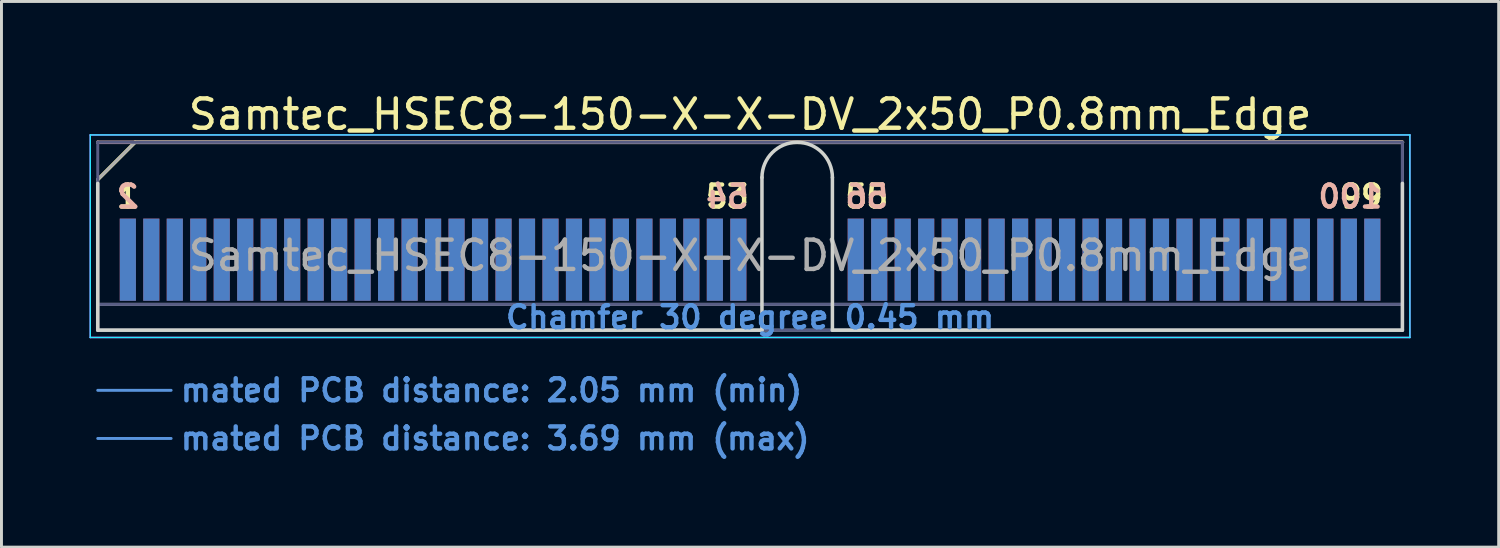
<source format=kicad_pcb>
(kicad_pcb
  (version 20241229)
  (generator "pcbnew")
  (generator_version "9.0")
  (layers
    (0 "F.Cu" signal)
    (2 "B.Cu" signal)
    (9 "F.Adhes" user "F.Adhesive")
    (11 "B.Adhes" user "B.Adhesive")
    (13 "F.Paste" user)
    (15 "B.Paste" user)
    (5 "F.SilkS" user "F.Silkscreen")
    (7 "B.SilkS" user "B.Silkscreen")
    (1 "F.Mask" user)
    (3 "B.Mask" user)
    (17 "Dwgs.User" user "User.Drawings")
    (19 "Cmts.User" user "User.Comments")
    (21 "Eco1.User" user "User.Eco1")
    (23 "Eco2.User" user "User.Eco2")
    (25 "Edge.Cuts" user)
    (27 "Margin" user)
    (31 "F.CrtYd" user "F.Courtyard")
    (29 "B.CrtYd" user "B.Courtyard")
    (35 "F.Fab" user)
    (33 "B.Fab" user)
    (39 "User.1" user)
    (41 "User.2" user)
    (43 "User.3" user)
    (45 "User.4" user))
  (footprint "Samtec_HSEC8-150-X-X-DV_2x50_P0.8mm_Edge"
    (layer "F.Cu")
    (at 22.505 8.198)
    (property "Reference" "Samtec_HSEC8-150-X-X-DV_2x50_P0.8mm_Edge" (at 0 -7.35 0) (layer "F.SilkS") (effects (font (size 1 1) (thickness 0.15))))
    (attr exclude_from_pos_files exclude_from_bom)
    (fp_line (start -22.225 -5.13) (end -20.955 -6.4) (stroke (width 0.12) (type solid)) (layer "F.SilkS"))
    (fp_line (start -20.955 -6.4) (end 22.225 -6.4) (stroke (width 0.12) (type solid)) (layer "F.SilkS"))
    (fp_line (start -22.225 -6.4) (end -22.225 -6.4) (stroke (width 0.12) (type solid)) (layer "B.SilkS"))
    (fp_line (start -22.225 -6.4) (end 22.225 -6.4) (stroke (width 0.12) (type solid)) (layer "B.SilkS"))
    (fp_line (start -22.225 2.05) (end -19.725 2.05) (stroke (width 0.1) (type solid)) (layer "Cmts.User"))
    (fp_line (start -22.225 3.69) (end -19.725 3.69) (stroke (width 0.1) (type solid)) (layer "Cmts.User"))
    (fp_line (start -22.225 -5) (end -22.225 0) (stroke (width 0.12) (type solid)) (layer "Edge.Cuts"))
    (fp_line (start -22.225 0) (end 0.405 0) (stroke (width 0.12) (type solid)) (layer "Edge.Cuts"))
    (fp_line (start 0.405 0) (end 0.405 -5.2) (stroke (width 0.12) (type solid)) (layer "Edge.Cuts"))
    (fp_line (start 2.805 -5.2) (end 2.805 0) (stroke (width 0.12) (type solid)) (layer "Edge.Cuts"))
    (fp_line (start 2.805 0) (end 22.225 0) (stroke (width 0.12) (type solid)) (layer "Edge.Cuts"))
    (fp_line (start 22.225 0) (end 22.225 -5) (stroke (width 0.12) (type solid)) (layer "Edge.Cuts"))
    (fp_arc (start 0.405 -5.2) (mid 1.605 -6.4) (end 2.805 -5.2) (stroke (width 0.12) (type solid)) (layer "Edge.Cuts"))
    (fp_line (start -22.48 -6.65) (end -22.48 0.25) (stroke (width 0.05) (type solid)) (layer "B.CrtYd"))
    (fp_line (start -22.48 0.25) (end 22.48 0.25) (stroke (width 0.05) (type solid)) (layer "B.CrtYd"))
    (fp_line (start 22.48 -6.65) (end -22.48 -6.65) (stroke (width 0.05) (type solid)) (layer "B.CrtYd"))
    (fp_line (start 22.48 0.25) (end 22.48 -6.65) (stroke (width 0.05) (type solid)) (layer "B.CrtYd"))
    (fp_line (start -22.48 -6.65) (end -22.48 0.25) (stroke (width 0.05) (type solid)) (layer "F.CrtYd"))
    (fp_line (start -22.48 0.25) (end 22.48 0.25) (stroke (width 0.05) (type solid)) (layer "F.CrtYd"))
    (fp_line (start 22.48 -6.65) (end -22.48 -6.65) (stroke (width 0.05) (type solid)) (layer "F.CrtYd"))
    (fp_line (start 22.48 0.25) (end 22.48 -6.65) (stroke (width 0.05) (type solid)) (layer "F.CrtYd"))
    (fp_line (start -22.225 -6.4) (end -22.225 -6.4) (stroke (width 0.1) (type solid)) (layer "B.Fab"))
    (fp_line (start -22.225 -6.4) (end -22.225 0) (stroke (width 0.1) (type solid)) (layer "B.Fab"))
    (fp_line (start -22.225 -6.4) (end 22.225 -6.4) (stroke (width 0.1) (type solid)) (layer "B.Fab"))
    (fp_line (start -22.225 -0.88) (end 22.225 -0.88) (stroke (width 0.1) (type solid)) (layer "B.Fab"))
    (fp_line (start -22.225 0) (end 22.225 0) (stroke (width 0.1) (type solid)) (layer "B.Fab"))
    (fp_line (start 22.225 -6.4) (end 22.225 0) (stroke (width 0.1) (type solid)) (layer "B.Fab"))
    (fp_line (start -22.225 -5.13) (end -22.225 0) (stroke (width 0.1) (type solid)) (layer "F.Fab"))
    (fp_line (start -22.225 -5.13) (end -20.955 -6.4) (stroke (width 0.1) (type solid)) (layer "F.Fab"))
    (fp_line (start -22.225 -0.88) (end 22.225 -0.88) (stroke (width 0.1) (type solid)) (layer "F.Fab"))
    (fp_line (start -22.225 0) (end 22.225 0) (stroke (width 0.1) (type solid)) (layer "F.Fab"))
    (fp_line (start -20.955 -6.4) (end 22.225 -6.4) (stroke (width 0.1) (type solid)) (layer "F.Fab"))
    (fp_line (start 22.225 -6.4) (end 22.225 0) (stroke (width 0.1) (type solid)) (layer "F.Fab"))
    (fp_text user "1" (at -21.2 -4.55 0) (layer "F.SilkS") (effects (font (size 0.75 0.75) (thickness 0.15))))
    (fp_text user "99" (at 20.825 -4.55 0) (layer "F.SilkS") (effects (font (size 0.75 0.75) (thickness 0.15))))
    (fp_text user "53" (at -0.775 -4.55 0) (layer "F.SilkS") (effects (font (size 0.75 0.75) (thickness 0.15))))
    (fp_text user "55" (at 3.975 -4.55 0) (layer "F.SilkS") (effects (font (size 0.75 0.75) (thickness 0.15))))
    (fp_text user "56" (at 3.975 -4.55 0) (layer "B.SilkS") (effects (font (size 0.75 0.75) (thickness 0.15)) (justify mirror)))
    (fp_text user "54" (at -0.775 -4.55 0) (layer "B.SilkS") (effects (font (size 0.75 0.75) (thickness 0.15)) (justify mirror)))
    (fp_text user "100" (at 20.45 -4.55 0) (layer "B.SilkS") (effects (font (size 0.75 0.75) (thickness 0.15)) (justify mirror)))
    (fp_text user "2" (at -21.2 -4.55 0) (layer "B.SilkS") (effects (font (size 0.75 0.75) (thickness 0.15)) (justify mirror)))
    (fp_text user "Chamfer 30 degree 0.45 mm" (at 0 -0.44 0) (layer "Cmts.User") (effects (font (size 0.75 0.75) (thickness 0.15))))
    (fp_text user "mated PCB distance: 3.69 mm (max)" (at -19.48 3.69 0) (layer "Cmts.User") (effects (font (size 0.75 0.75) (thickness 0.15)) (justify left)))
    (fp_text user "mated PCB distance: 2.05 mm (min)" (at -19.48 2.05 0) (layer "Cmts.User") (effects (font (size 0.75 0.75) (thickness 0.15)) (justify left)))
    (fp_text user "${REFERENCE}" (at 0 -2.54 0) (layer "F.Fab") (effects (font (size 1 1) (thickness 0.15))))
    (pad "1" connect rect (at -21.2 -2.4) (size 0.55 2.8) (layers "F.Cu" "F.Mask"))
    (pad "2" connect rect (at -21.2 -2.4) (size 0.55 2.8) (layers "B.Cu" "B.Mask"))
    (pad "3" connect rect (at -20.4 -2.4) (size 0.55 2.8) (layers "F.Cu" "F.Mask"))
    (pad "4" connect rect (at -20.4 -2.4) (size 0.55 2.8) (layers "B.Cu" "B.Mask"))
    (pad "5" connect rect (at -19.6 -2.4) (size 0.55 2.8) (layers "F.Cu" "F.Mask"))
    (pad "6" connect rect (at -19.6 -2.4) (size 0.55 2.8) (layers "B.Cu" "B.Mask"))
    (pad "7" connect rect (at -18.8 -2.4) (size 0.55 2.8) (layers "F.Cu" "F.Mask"))
    (pad "8" connect rect (at -18.8 -2.4) (size 0.55 2.8) (layers "B.Cu" "B.Mask"))
    (pad "9" connect rect (at -18 -2.4) (size 0.55 2.8) (layers "F.Cu" "F.Mask"))
    (pad "10" connect rect (at -18 -2.4) (size 0.55 2.8) (layers "B.Cu" "B.Mask"))
    (pad "11" connect rect (at -17.2 -2.4) (size 0.55 2.8) (layers "F.Cu" "F.Mask"))
    (pad "12" connect rect (at -17.2 -2.4) (size 0.55 2.8) (layers "B.Cu" "B.Mask"))
    (pad "13" connect rect (at -16.4 -2.4) (size 0.55 2.8) (layers "F.Cu" "F.Mask"))
    (pad "14" connect rect (at -16.4 -2.4) (size 0.55 2.8) (layers "B.Cu" "B.Mask"))
    (pad "15" connect rect (at -15.6 -2.4) (size 0.55 2.8) (layers "F.Cu" "F.Mask"))
    (pad "16" connect rect (at -15.6 -2.4) (size 0.55 2.8) (layers "B.Cu" "B.Mask"))
    (pad "17" connect rect (at -14.8 -2.4) (size 0.55 2.8) (layers "F.Cu" "F.Mask"))
    (pad "18" connect rect (at -14.8 -2.4) (size 0.55 2.8) (layers "B.Cu" "B.Mask"))
    (pad "19" connect rect (at -14 -2.4) (size 0.55 2.8) (layers "F.Cu" "F.Mask"))
    (pad "20" connect rect (at -14 -2.4) (size 0.55 2.8) (layers "B.Cu" "B.Mask"))
    (pad "21" connect rect (at -13.2 -2.4) (size 0.55 2.8) (layers "F.Cu" "F.Mask"))
    (pad "22" connect rect (at -13.2 -2.4) (size 0.55 2.8) (layers "B.Cu" "B.Mask"))
    (pad "23" connect rect (at -12.4 -2.4) (size 0.55 2.8) (layers "F.Cu" "F.Mask"))
    (pad "24" connect rect (at -12.4 -2.4) (size 0.55 2.8) (layers "B.Cu" "B.Mask"))
    (pad "25" connect rect (at -11.6 -2.4) (size 0.55 2.8) (layers "F.Cu" "F.Mask"))
    (pad "26" connect rect (at -11.6 -2.4) (size 0.55 2.8) (layers "B.Cu" "B.Mask"))
    (pad "27" connect rect (at -10.8 -2.4) (size 0.55 2.8) (layers "F.Cu" "F.Mask"))
    (pad "28" connect rect (at -10.8 -2.4) (size 0.55 2.8) (layers "B.Cu" "B.Mask"))
    (pad "29" connect rect (at -10 -2.4) (size 0.55 2.8) (layers "F.Cu" "F.Mask"))
    (pad "30" connect rect (at -10 -2.4) (size 0.55 2.8) (layers "B.Cu" "B.Mask"))
    (pad "31" connect rect (at -9.2 -2.4) (size 0.55 2.8) (layers "F.Cu" "F.Mask"))
    (pad "32" connect rect (at -9.2 -2.4) (size 0.55 2.8) (layers "B.Cu" "B.Mask"))
    (pad "33" connect rect (at -8.4 -2.4) (size 0.55 2.8) (layers "F.Cu" "F.Mask"))
    (pad "34" connect rect (at -8.4 -2.4) (size 0.55 2.8) (layers "B.Cu" "B.Mask"))
    (pad "35" connect rect (at -7.6 -2.4) (size 0.55 2.8) (layers "F.Cu" "F.Mask"))
    (pad "36" connect rect (at -7.6 -2.4) (size 0.55 2.8) (layers "B.Cu" "B.Mask"))
    (pad "37" connect rect (at -6.8 -2.4) (size 0.55 2.8) (layers "F.Cu" "F.Mask"))
    (pad "38" connect rect (at -6.8 -2.4) (size 0.55 2.8) (layers "B.Cu" "B.Mask"))
    (pad "39" connect rect (at -6 -2.4) (size 0.55 2.8) (layers "F.Cu" "F.Mask"))
    (pad "40" connect rect (at -6 -2.4) (size 0.55 2.8) (layers "B.Cu" "B.Mask"))
    (pad "41" connect rect (at -5.2 -2.4) (size 0.55 2.8) (layers "F.Cu" "F.Mask"))
    (pad "42" connect rect (at -5.2 -2.4) (size 0.55 2.8) (layers "B.Cu" "B.Mask"))
    (pad "43" connect rect (at -4.4 -2.4) (size 0.55 2.8) (layers "F.Cu" "F.Mask"))
    (pad "44" connect rect (at -4.4 -2.4) (size 0.55 2.8) (layers "B.Cu" "B.Mask"))
    (pad "45" connect rect (at -3.6 -2.4) (size 0.55 2.8) (layers "F.Cu" "F.Mask"))
    (pad "46" connect rect (at -3.6 -2.4) (size 0.55 2.8) (layers "B.Cu" "B.Mask"))
    (pad "47" connect rect (at -2.8 -2.4) (size 0.55 2.8) (layers "F.Cu" "F.Mask"))
    (pad "48" connect rect (at -2.8 -2.4) (size 0.55 2.8) (layers "B.Cu" "B.Mask"))
    (pad "49" connect rect (at -2 -2.4) (size 0.55 2.8) (layers "F.Cu" "F.Mask"))
    (pad "50" connect rect (at -2 -2.4) (size 0.55 2.8) (layers "B.Cu" "B.Mask"))
    (pad "51" connect rect (at -1.2 -2.4) (size 0.55 2.8) (layers "F.Cu" "F.Mask"))
    (pad "52" connect rect (at -1.2 -2.4) (size 0.55 2.8) (layers "B.Cu" "B.Mask"))
    (pad "53" connect rect (at -0.4 -2.4) (size 0.55 2.8) (layers "F.Cu" "F.Mask"))
    (pad "54" connect rect (at -0.4 -2.4) (size 0.55 2.8) (layers "B.Cu" "B.Mask"))
    (pad "55" connect rect (at 3.6 -2.4) (size 0.55 2.8) (layers "F.Cu" "F.Mask"))
    (pad "56" connect rect (at 3.6 -2.4) (size 0.55 2.8) (layers "B.Cu" "B.Mask"))
    (pad "57" connect rect (at 4.4 -2.4) (size 0.55 2.8) (layers "F.Cu" "F.Mask"))
    (pad "58" connect rect (at 4.4 -2.4) (size 0.55 2.8) (layers "B.Cu" "B.Mask"))
    (pad "59" connect rect (at 5.2 -2.4) (size 0.55 2.8) (layers "F.Cu" "F.Mask"))
    (pad "60" connect rect (at 5.2 -2.4) (size 0.55 2.8) (layers "B.Cu" "B.Mask"))
    (pad "61" connect rect (at 6 -2.4) (size 0.55 2.8) (layers "F.Cu" "F.Mask"))
    (pad "62" connect rect (at 6 -2.4) (size 0.55 2.8) (layers "B.Cu" "B.Mask"))
    (pad "63" connect rect (at 6.8 -2.4) (size 0.55 2.8) (layers "F.Cu" "F.Mask"))
    (pad "64" connect rect (at 6.8 -2.4) (size 0.55 2.8) (layers "B.Cu" "B.Mask"))
    (pad "65" connect rect (at 7.6 -2.4) (size 0.55 2.8) (layers "F.Cu" "F.Mask"))
    (pad "66" connect rect (at 7.6 -2.4) (size 0.55 2.8) (layers "B.Cu" "B.Mask"))
    (pad "67" connect rect (at 8.4 -2.4) (size 0.55 2.8) (layers "F.Cu" "F.Mask"))
    (pad "68" connect rect (at 8.4 -2.4) (size 0.55 2.8) (layers "B.Cu" "B.Mask"))
    (pad "69" connect rect (at 9.2 -2.4) (size 0.55 2.8) (layers "F.Cu" "F.Mask"))
    (pad "70" connect rect (at 9.2 -2.4) (size 0.55 2.8) (layers "B.Cu" "B.Mask"))
    (pad "71" connect rect (at 10 -2.4) (size 0.55 2.8) (layers "F.Cu" "F.Mask"))
    (pad "72" connect rect (at 10 -2.4) (size 0.55 2.8) (layers "B.Cu" "B.Mask"))
    (pad "73" connect rect (at 10.8 -2.4) (size 0.55 2.8) (layers "F.Cu" "F.Mask"))
    (pad "74" connect rect (at 10.8 -2.4) (size 0.55 2.8) (layers "B.Cu" "B.Mask"))
    (pad "75" connect rect (at 11.6 -2.4) (size 0.55 2.8) (layers "F.Cu" "F.Mask"))
    (pad "76" connect rect (at 11.6 -2.4) (size 0.55 2.8) (layers "B.Cu" "B.Mask"))
    (pad "77" connect rect (at 12.4 -2.4) (size 0.55 2.8) (layers "F.Cu" "F.Mask"))
    (pad "78" connect rect (at 12.4 -2.4) (size 0.55 2.8) (layers "B.Cu" "B.Mask"))
    (pad "79" connect rect (at 13.2 -2.4) (size 0.55 2.8) (layers "F.Cu" "F.Mask"))
    (pad "80" connect rect (at 13.2 -2.4) (size 0.55 2.8) (layers "B.Cu" "B.Mask"))
    (pad "81" connect rect (at 14 -2.4) (size 0.55 2.8) (layers "F.Cu" "F.Mask"))
    (pad "82" connect rect (at 14 -2.4) (size 0.55 2.8) (layers "B.Cu" "B.Mask"))
    (pad "83" connect rect (at 14.8 -2.4) (size 0.55 2.8) (layers "F.Cu" "F.Mask"))
    (pad "84" connect rect (at 14.8 -2.4) (size 0.55 2.8) (layers "B.Cu" "B.Mask"))
    (pad "85" connect rect (at 15.6 -2.4) (size 0.55 2.8) (layers "F.Cu" "F.Mask"))
    (pad "86" connect rect (at 15.6 -2.4) (size 0.55 2.8) (layers "B.Cu" "B.Mask"))
    (pad "87" connect rect (at 16.4 -2.4) (size 0.55 2.8) (layers "F.Cu" "F.Mask"))
    (pad "88" connect rect (at 16.4 -2.4) (size 0.55 2.8) (layers "B.Cu" "B.Mask"))
    (pad "89" connect rect (at 17.2 -2.4) (size 0.55 2.8) (layers "F.Cu" "F.Mask"))
    (pad "90" connect rect (at 17.2 -2.4) (size 0.55 2.8) (layers "B.Cu" "B.Mask"))
    (pad "91" connect rect (at 18 -2.4) (size 0.55 2.8) (layers "F.Cu" "F.Mask"))
    (pad "92" connect rect (at 18 -2.4) (size 0.55 2.8) (layers "B.Cu" "B.Mask"))
    (pad "93" connect rect (at 18.8 -2.4) (size 0.55 2.8) (layers "F.Cu" "F.Mask"))
    (pad "94" connect rect (at 18.8 -2.4) (size 0.55 2.8) (layers "B.Cu" "B.Mask"))
    (pad "95" connect rect (at 19.6 -2.4) (size 0.55 2.8) (layers "F.Cu" "F.Mask"))
    (pad "96" connect rect (at 19.6 -2.4) (size 0.55 2.8) (layers "B.Cu" "B.Mask"))
    (pad "97" connect rect (at 20.4 -2.4) (size 0.55 2.8) (layers "F.Cu" "F.Mask"))
    (pad "98" connect rect (at 20.4 -2.4) (size 0.55 2.8) (layers "B.Cu" "B.Mask"))
    (pad "99" connect rect (at 21.2 -2.4) (size 0.55 2.8) (layers "F.Cu" "F.Mask"))
    (pad "100" connect rect (at 21.2 -2.4) (size 0.55 2.8) (layers "B.Cu" "B.Mask")))
  (gr_rect
    (start -3 -3)
    (end 48.01 15.59)
    (stroke (width 0.1) (type default))
    (fill no)
    (layer "Edge.Cuts")))
</source>
